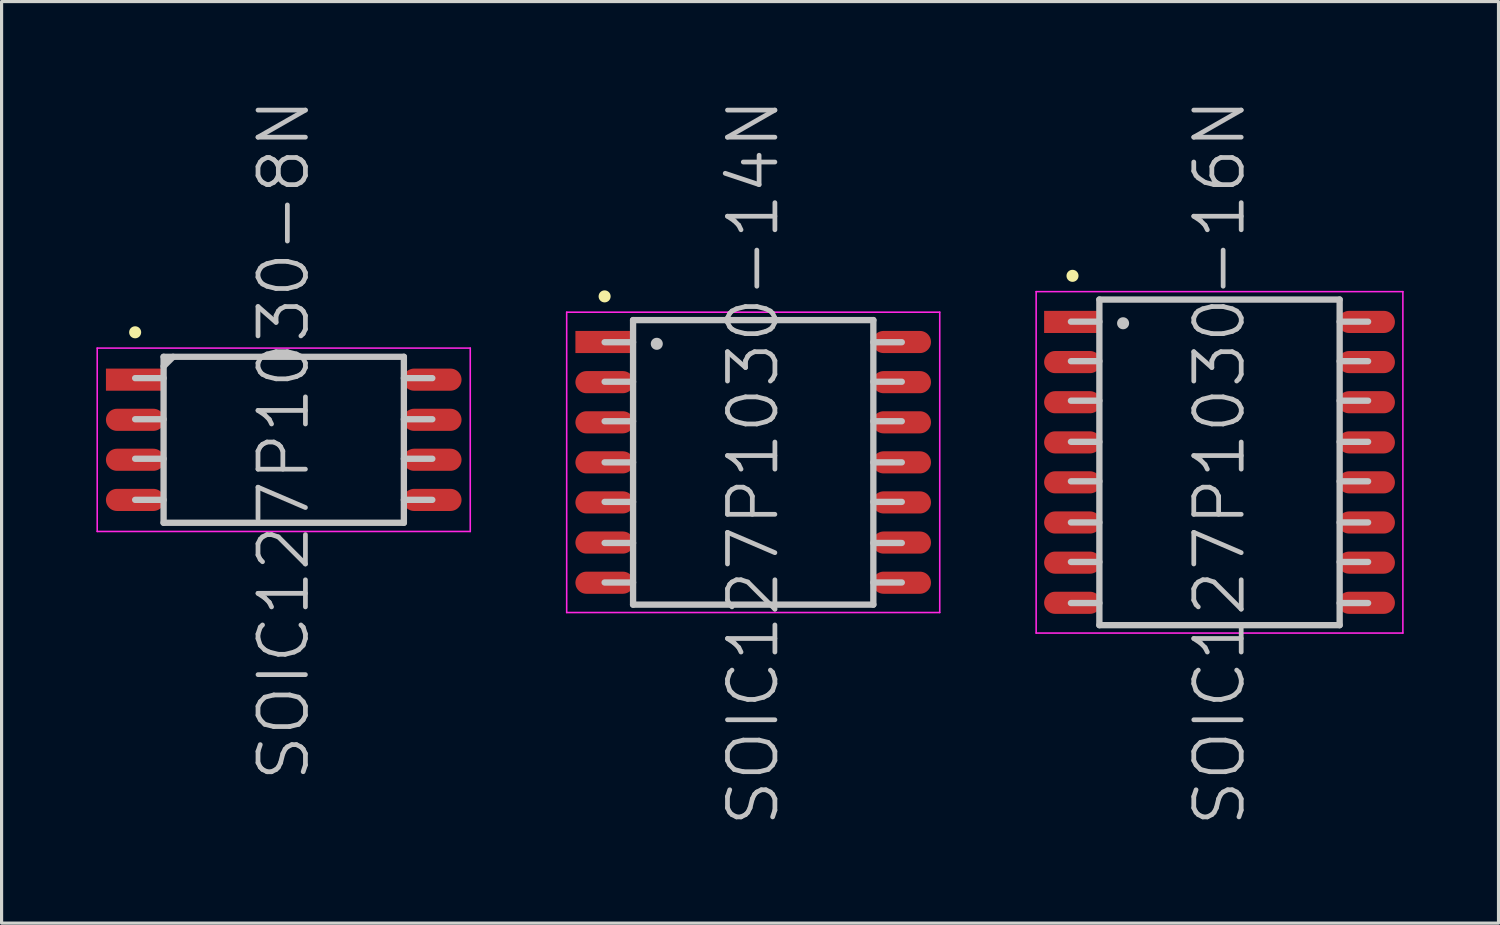
<source format=kicad_pcb>
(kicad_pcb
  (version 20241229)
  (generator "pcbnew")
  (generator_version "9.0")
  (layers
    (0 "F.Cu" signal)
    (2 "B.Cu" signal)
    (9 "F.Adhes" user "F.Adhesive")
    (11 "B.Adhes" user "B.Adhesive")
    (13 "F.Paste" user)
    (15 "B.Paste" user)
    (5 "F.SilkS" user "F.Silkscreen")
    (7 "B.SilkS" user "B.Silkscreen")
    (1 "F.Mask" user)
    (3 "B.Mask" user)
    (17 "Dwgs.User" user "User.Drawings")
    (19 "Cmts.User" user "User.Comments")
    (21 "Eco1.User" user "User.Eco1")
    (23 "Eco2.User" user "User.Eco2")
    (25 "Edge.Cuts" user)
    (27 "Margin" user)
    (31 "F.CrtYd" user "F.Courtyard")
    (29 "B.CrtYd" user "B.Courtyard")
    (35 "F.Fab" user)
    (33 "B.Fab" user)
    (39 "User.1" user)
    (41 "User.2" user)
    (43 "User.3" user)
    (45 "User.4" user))
  (footprint "SOIC127P1030-14N"
    (layer "F.Cu")
    (at 20.775 11.575)
    (property "Reference" "SOIC127P1030-14N" (at 0 0 90) (layer "Dwgs.User") (effects (font (size 1.5 1.5) (thickness 0.15))))
    (attr smd)
    (fp_line (start -4.7 -5.25) (end -4.7 -5.25) (stroke (width 0.381) (type solid)) (layer "F.SilkS"))
    (fp_line (start -3.8 -4.5) (end -3.8 4.5) (stroke (width 0.2) (type solid)) (layer "Dwgs.User"))
    (fp_line (start -3.8 -4.5) (end 3.8 -4.5) (stroke (width 0.2) (type solid)) (layer "Dwgs.User"))
    (fp_line (start -3.8 -3.8) (end -4.7 -3.8) (stroke (width 0.2) (type solid)) (layer "Dwgs.User"))
    (fp_line (start -3.8 -2.55) (end -4.7 -2.55) (stroke (width 0.2) (type solid)) (layer "Dwgs.User"))
    (fp_line (start -3.8 -1.3) (end -4.7 -1.3) (stroke (width 0.2) (type solid)) (layer "Dwgs.User"))
    (fp_line (start -3.8 0) (end -4.7 0) (stroke (width 0.2) (type solid)) (layer "Dwgs.User"))
    (fp_line (start -3.8 1.25) (end -4.7 1.25) (stroke (width 0.2) (type solid)) (layer "Dwgs.User"))
    (fp_line (start -3.8 2.55) (end -4.7 2.55) (stroke (width 0.2) (type solid)) (layer "Dwgs.User"))
    (fp_line (start -3.8 3.8) (end -4.7 3.8) (stroke (width 0.2) (type solid)) (layer "Dwgs.User"))
    (fp_line (start -3.8 4.5) (end 3.8 4.5) (stroke (width 0.2) (type solid)) (layer "Dwgs.User"))
    (fp_line (start -3.05 -3.75) (end -3.05 -3.75) (stroke (width 0.381) (type solid)) (layer "Dwgs.User"))
    (fp_line (start 3.8 -4.5) (end 3.8 4.5) (stroke (width 0.2) (type solid)) (layer "Dwgs.User"))
    (fp_line (start 4.7 -3.8) (end 3.8 -3.8) (stroke (width 0.2) (type solid)) (layer "Dwgs.User"))
    (fp_line (start 4.7 -2.55) (end 3.8 -2.55) (stroke (width 0.2) (type solid)) (layer "Dwgs.User"))
    (fp_line (start 4.7 -1.3) (end 3.8 -1.3) (stroke (width 0.2) (type solid)) (layer "Dwgs.User"))
    (fp_line (start 4.7 0) (end 3.8 0) (stroke (width 0.2) (type solid)) (layer "Dwgs.User"))
    (fp_line (start 4.7 1.25) (end 3.8 1.25) (stroke (width 0.2) (type solid)) (layer "Dwgs.User"))
    (fp_line (start 4.7 2.55) (end 3.8 2.55) (stroke (width 0.2) (type solid)) (layer "Dwgs.User"))
    (fp_line (start 4.7 3.8) (end 3.8 3.8) (stroke (width 0.2) (type solid)) (layer "Dwgs.User"))
    (fp_line (start -5.9 -4.75) (end -5.9 4.75) (stroke (width 0.05) (type solid)) (layer "F.CrtYd"))
    (fp_line (start -5.9 -4.75) (end 5.9 -4.75) (stroke (width 0.05) (type solid)) (layer "F.CrtYd"))
    (fp_line (start -5.9 4.75) (end 5.9 4.75) (stroke (width 0.05) (type solid)) (layer "F.CrtYd"))
    (fp_line (start 5.9 -4.75) (end 5.9 4.75) (stroke (width 0.05) (type solid)) (layer "F.CrtYd"))
    (pad "1" smd rect (at -4.699 -3.807 90) (size 0.7 1.85) (layers "F.Cu" "F.Mask" "F.Paste"))
    (pad "2" smd oval (at -4.699 -2.537 90) (size 0.7 1.85) (layers "F.Cu" "F.Mask" "F.Paste"))
    (pad "3" smd oval (at -4.699 -1.267 90) (size 0.7 1.85) (layers "F.Cu" "F.Mask" "F.Paste"))
    (pad "4" smd oval (at -4.699 0 90) (size 0.7 1.85) (layers "F.Cu" "F.Mask" "F.Paste"))
    (pad "5" smd oval (at -4.699 1.267 90) (size 0.7 1.85) (layers "F.Cu" "F.Mask" "F.Paste"))
    (pad "6" smd oval (at -4.699 2.537 90) (size 0.7 1.85) (layers "F.Cu" "F.Mask" "F.Paste"))
    (pad "7" smd oval (at -4.699 3.807 90) (size 0.7 1.85) (layers "F.Cu" "F.Mask" "F.Paste"))
    (pad "8" smd oval (at 4.699 3.807 270) (size 0.7 1.85) (layers "F.Cu" "F.Mask" "F.Paste"))
    (pad "9" smd oval (at 4.699 2.537 270) (size 0.7 1.85) (layers "F.Cu" "F.Mask" "F.Paste"))
    (pad "10" smd oval (at 4.699 1.267 270) (size 0.7 1.85) (layers "F.Cu" "F.Mask" "F.Paste"))
    (pad "11" smd oval (at 4.699 0 270) (size 0.7 1.85) (layers "F.Cu" "F.Mask" "F.Paste"))
    (pad "12" smd oval (at 4.699 -1.267 270) (size 0.7 1.85) (layers "F.Cu" "F.Mask" "F.Paste"))
    (pad "13" smd oval (at 4.699 -2.537 270) (size 0.7 1.85) (layers "F.Cu" "F.Mask" "F.Paste"))
    (pad "14" smd oval (at 4.699 -3.807 270) (size 0.7 1.85) (layers "F.Cu" "F.Mask" "F.Paste")))
  (footprint "SOIC127P1030-16N"
    (layer "F.Cu")
    (at 35.525 11.575)
    (property "Reference" "SOIC127P1030-16N" (at 0 0 90) (layer "Dwgs.User") (effects (font (size 1.5 1.5) (thickness 0.15))))
    (attr smd)
    (fp_line (start -4.65 -5.9) (end -4.65 -5.9) (stroke (width 0.381) (type solid)) (layer "F.SilkS"))
    (fp_line (start -3.8 -5.15) (end -3.8 5.15) (stroke (width 0.2) (type solid)) (layer "Dwgs.User"))
    (fp_line (start -3.8 -5.15) (end 3.8 -5.15) (stroke (width 0.2) (type solid)) (layer "Dwgs.User"))
    (fp_line (start -3.8 -4.45) (end -4.7 -4.45) (stroke (width 0.2) (type solid)) (layer "Dwgs.User"))
    (fp_line (start -3.8 -3.2) (end -4.7 -3.2) (stroke (width 0.2) (type solid)) (layer "Dwgs.User"))
    (fp_line (start -3.8 -1.95) (end -4.7 -1.95) (stroke (width 0.2) (type solid)) (layer "Dwgs.User"))
    (fp_line (start -3.8 -0.65) (end -4.7 -0.65) (stroke (width 0.2) (type solid)) (layer "Dwgs.User"))
    (fp_line (start -3.8 0.6) (end -4.7 0.6) (stroke (width 0.2) (type solid)) (layer "Dwgs.User"))
    (fp_line (start -3.8 1.9) (end -4.7 1.9) (stroke (width 0.2) (type solid)) (layer "Dwgs.User"))
    (fp_line (start -3.8 3.15) (end -4.7 3.15) (stroke (width 0.2) (type solid)) (layer "Dwgs.User"))
    (fp_line (start -3.8 4.45) (end -4.7 4.45) (stroke (width 0.2) (type solid)) (layer "Dwgs.User"))
    (fp_line (start -3.8 5.15) (end 3.8 5.15) (stroke (width 0.2) (type solid)) (layer "Dwgs.User"))
    (fp_line (start -3.05 -4.4) (end -3.05 -4.4) (stroke (width 0.381) (type solid)) (layer "Dwgs.User"))
    (fp_line (start 3.8 -5.15) (end 3.8 5.15) (stroke (width 0.2) (type solid)) (layer "Dwgs.User"))
    (fp_line (start 4.7 -4.45) (end 3.8 -4.45) (stroke (width 0.2) (type solid)) (layer "Dwgs.User"))
    (fp_line (start 4.7 -3.2) (end 3.8 -3.2) (stroke (width 0.2) (type solid)) (layer "Dwgs.User"))
    (fp_line (start 4.7 -1.95) (end 3.8 -1.95) (stroke (width 0.2) (type solid)) (layer "Dwgs.User"))
    (fp_line (start 4.7 -0.65) (end 3.8 -0.65) (stroke (width 0.2) (type solid)) (layer "Dwgs.User"))
    (fp_line (start 4.7 0.6) (end 3.8 0.6) (stroke (width 0.2) (type solid)) (layer "Dwgs.User"))
    (fp_line (start 4.7 1.9) (end 3.8 1.9) (stroke (width 0.2) (type solid)) (layer "Dwgs.User"))
    (fp_line (start 4.7 3.15) (end 3.8 3.15) (stroke (width 0.2) (type solid)) (layer "Dwgs.User"))
    (fp_line (start 4.7 4.45) (end 3.8 4.45) (stroke (width 0.2) (type solid)) (layer "Dwgs.User"))
    (fp_line (start -5.8 -5.4) (end -5.8 5.4) (stroke (width 0.05) (type solid)) (layer "F.CrtYd"))
    (fp_line (start -5.8 -5.4) (end 5.8 -5.4) (stroke (width 0.05) (type solid)) (layer "F.CrtYd"))
    (fp_line (start -5.8 5.4) (end 5.8 5.4) (stroke (width 0.05) (type solid)) (layer "F.CrtYd"))
    (fp_line (start 5.8 -5.4) (end 5.8 5.4) (stroke (width 0.05) (type solid)) (layer "F.CrtYd"))
    (pad "1" smd rect (at -4.648 -4.442 90) (size 0.7 1.8) (layers "F.Cu" "F.Mask" "F.Paste"))
    (pad "2" smd oval (at -4.648 -3.172 90) (size 0.7 1.8) (layers "F.Cu" "F.Mask" "F.Paste"))
    (pad "3" smd oval (at -4.648 -1.902 90) (size 0.7 1.8) (layers "F.Cu" "F.Mask" "F.Paste"))
    (pad "4" smd oval (at -4.648 -0.632 90) (size 0.7 1.8) (layers "F.Cu" "F.Mask" "F.Paste"))
    (pad "5" smd oval (at -4.648 0.632 90) (size 0.7 1.8) (layers "F.Cu" "F.Mask" "F.Paste"))
    (pad "6" smd oval (at -4.648 1.902 90) (size 0.7 1.8) (layers "F.Cu" "F.Mask" "F.Paste"))
    (pad "7" smd oval (at -4.648 3.172 90) (size 0.7 1.8) (layers "F.Cu" "F.Mask" "F.Paste"))
    (pad "8" smd oval (at -4.648 4.442 90) (size 0.7 1.8) (layers "F.Cu" "F.Mask" "F.Paste"))
    (pad "9" smd oval (at 4.648 4.442 270) (size 0.7 1.8) (layers "F.Cu" "F.Mask" "F.Paste"))
    (pad "10" smd oval (at 4.648 3.172 270) (size 0.7 1.8) (layers "F.Cu" "F.Mask" "F.Paste"))
    (pad "11" smd oval (at 4.648 1.902 270) (size 0.7 1.8) (layers "F.Cu" "F.Mask" "F.Paste"))
    (pad "12" smd oval (at 4.648 0.632 270) (size 0.7 1.8) (layers "F.Cu" "F.Mask" "F.Paste"))
    (pad "13" smd oval (at 4.648 -0.632 270) (size 0.7 1.8) (layers "F.Cu" "F.Mask" "F.Paste"))
    (pad "14" smd oval (at 4.648 -1.902 270) (size 0.7 1.8) (layers "F.Cu" "F.Mask" "F.Paste"))
    (pad "15" smd oval (at 4.648 -3.172 270) (size 0.7 1.8) (layers "F.Cu" "F.Mask" "F.Paste"))
    (pad "16" smd oval (at 4.648 -4.442 270) (size 0.7 1.8) (layers "F.Cu" "F.Mask" "F.Paste")))
  (footprint "SOIC127P1030-8N"
    (layer "F.Cu")
    (at 5.925 10.861)
    (property "Reference" "SOIC127P1030-8N" (at 0 0 90) (layer "Dwgs.User") (effects (font (size 1.5 1.5) (thickness 0.15))))
    (attr smd)
    (fp_line (start -4.7 -3.4) (end -4.7 -3.4) (stroke (width 0.381) (type solid)) (layer "F.SilkS"))
    (fp_line (start -3.8 -2.625) (end -3.8 2.625) (stroke (width 0.2) (type solid)) (layer "Dwgs.User"))
    (fp_line (start -3.8 -2.625) (end 3.8 -2.625) (stroke (width 0.2) (type solid)) (layer "Dwgs.User"))
    (fp_line (start -3.8 -2.325) (end -3.5 -2.625) (stroke (width 0.2) (type solid)) (layer "Dwgs.User"))
    (fp_line (start -3.8 -1.95) (end -4.7 -1.95) (stroke (width 0.2) (type solid)) (layer "Dwgs.User"))
    (fp_line (start -3.8 -0.65) (end -4.7 -0.65) (stroke (width 0.2) (type solid)) (layer "Dwgs.User"))
    (fp_line (start -3.8 0.6) (end -4.7 0.6) (stroke (width 0.2) (type solid)) (layer "Dwgs.User"))
    (fp_line (start -3.8 1.9) (end -4.7 1.9) (stroke (width 0.2) (type solid)) (layer "Dwgs.User"))
    (fp_line (start -3.8 2.625) (end 3.8 2.625) (stroke (width 0.2) (type solid)) (layer "Dwgs.User"))
    (fp_line (start 3.8 -2.625) (end 3.8 2.625) (stroke (width 0.2) (type solid)) (layer "Dwgs.User"))
    (fp_line (start 4.7 -1.95) (end 3.8 -1.95) (stroke (width 0.2) (type solid)) (layer "Dwgs.User"))
    (fp_line (start 4.7 -0.65) (end 3.8 -0.65) (stroke (width 0.2) (type solid)) (layer "Dwgs.User"))
    (fp_line (start 4.7 0.6) (end 3.8 0.6) (stroke (width 0.2) (type solid)) (layer "Dwgs.User"))
    (fp_line (start 4.7 1.9) (end 3.8 1.9) (stroke (width 0.2) (type solid)) (layer "Dwgs.User"))
    (fp_line (start -5.9 -2.9) (end -5.9 2.9) (stroke (width 0.05) (type solid)) (layer "F.CrtYd"))
    (fp_line (start -5.9 -2.9) (end 5.9 -2.9) (stroke (width 0.05) (type solid)) (layer "F.CrtYd"))
    (fp_line (start -5.9 2.9) (end 5.9 2.9) (stroke (width 0.05) (type solid)) (layer "F.CrtYd"))
    (fp_line (start 5.9 -2.9) (end 5.9 2.9) (stroke (width 0.05) (type solid)) (layer "F.CrtYd"))
    (pad "1" smd rect (at -4.699 -1.902 90) (size 0.7 1.85) (layers "F.Cu" "F.Mask" "F.Paste"))
    (pad "2" smd oval (at -4.699 -0.632 90) (size 0.7 1.85) (layers "F.Cu" "F.Mask" "F.Paste"))
    (pad "3" smd oval (at -4.699 0.632 90) (size 0.7 1.85) (layers "F.Cu" "F.Mask" "F.Paste"))
    (pad "4" smd oval (at -4.699 1.902 90) (size 0.7 1.85) (layers "F.Cu" "F.Mask" "F.Paste"))
    (pad "5" smd oval (at 4.699 1.902 270) (size 0.7 1.85) (layers "F.Cu" "F.Mask" "F.Paste"))
    (pad "6" smd oval (at 4.699 0.632 270) (size 0.7 1.85) (layers "F.Cu" "F.Mask" "F.Paste"))
    (pad "7" smd oval (at 4.699 -0.632 270) (size 0.7 1.85) (layers "F.Cu" "F.Mask" "F.Paste"))
    (pad "8" smd oval (at 4.699 -1.902 270) (size 0.7 1.85) (layers "F.Cu" "F.Mask" "F.Paste")))
  (gr_rect
    (start -3 -3)
    (end 44.35 26.15)
    (stroke (width 0.1) (type default))
    (fill no)
    (layer "Edge.Cuts")))
</source>
